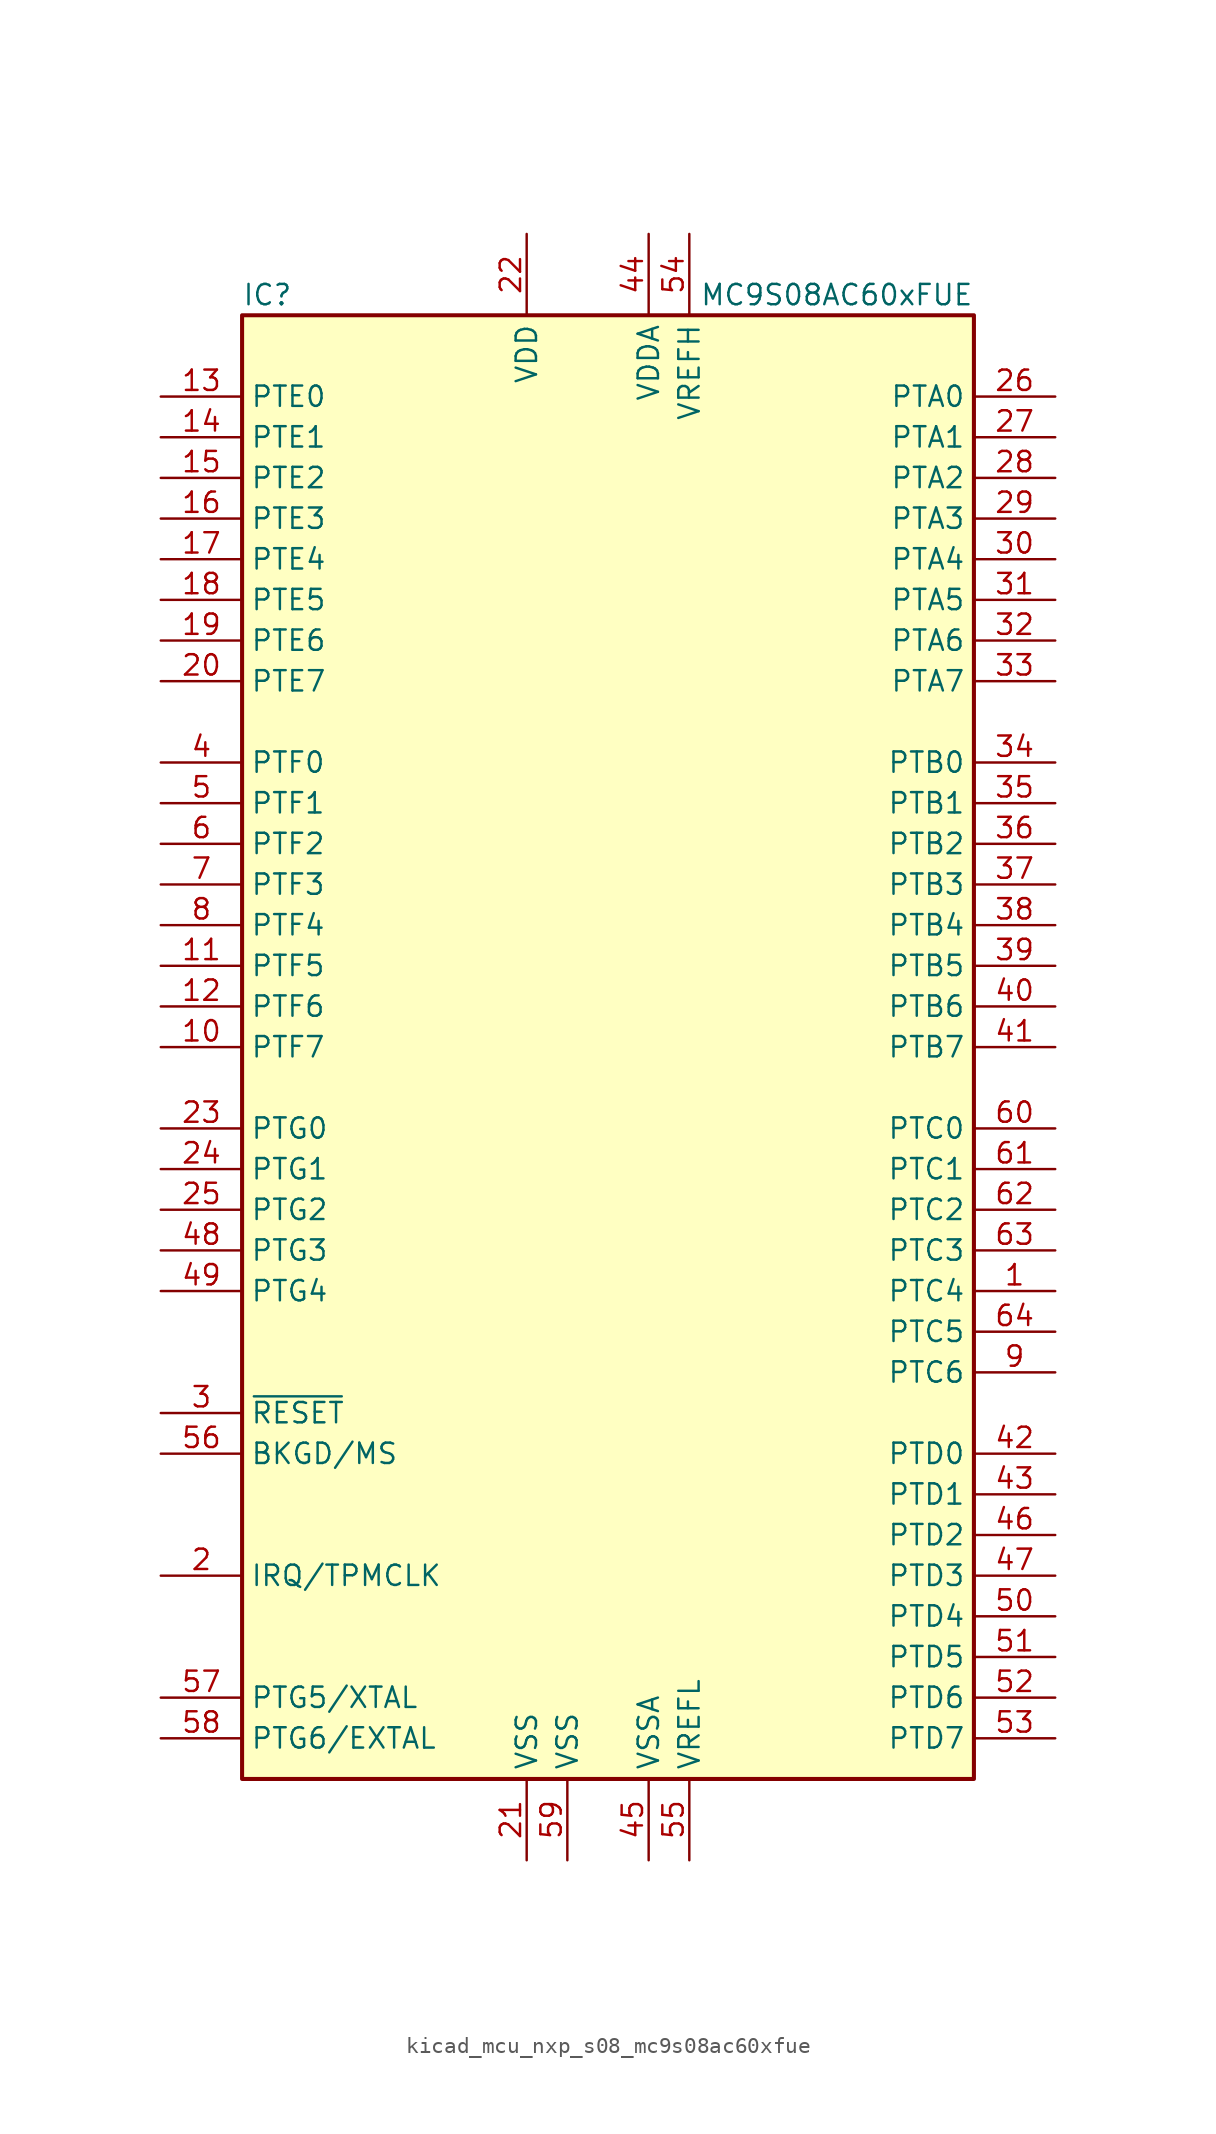
<source format=kicad_sym>
(kicad_symbol_lib
  (version 20220914)
  (generator kicad_symbol_editor)
  (symbol "kicad_mcu_nxp_s08_mc9s08ac60xfue"
    (property "Reference" "IC"
      (at -22.86 46.99 0)
      (effects (font (size 1.27 1.27)) (justify left)))
    (property "Value" "MC9S08AC60xFUE"
      (at 22.86 46.99 0)
      (effects (font (size 1.27 1.27)) (justify right)))
    (symbol "kicad_mcu_nxp_s08_mc9s08ac60xfue_0_1"
      (rectangle (start -22.86 45.72) (end 22.86 -45.72) (stroke (width 0.254) (type default)) (fill (type background))))
    (symbol "kicad_mcu_nxp_s08_mc9s08ac60xfue_1_1"
      (pin bidirectional line (at 27.94 -15.24 180) (length 5.08) (name "PTC4" (effects (font (size 1.27 1.27)))) (number "1" (effects (font (size 1.27 1.27)))))
      (pin bidirectional line (at -27.94 0 0) (length 5.08) (name "PTF7" (effects (font (size 1.27 1.27)))) (number "10" (effects (font (size 1.27 1.27)))))
      (pin bidirectional line (at -27.94 5.08 0) (length 5.08) (name "PTF5" (effects (font (size 1.27 1.27)))) (number "11" (effects (font (size 1.27 1.27)))))
      (pin bidirectional line (at -27.94 2.54 0) (length 5.08) (name "PTF6" (effects (font (size 1.27 1.27)))) (number "12" (effects (font (size 1.27 1.27)))))
      (pin bidirectional line (at -27.94 40.64 0) (length 5.08) (name "PTE0" (effects (font (size 1.27 1.27)))) (number "13" (effects (font (size 1.27 1.27)))))
      (pin bidirectional line (at -27.94 38.1 0) (length 5.08) (name "PTE1" (effects (font (size 1.27 1.27)))) (number "14" (effects (font (size 1.27 1.27)))))
      (pin bidirectional line (at -27.94 35.56 0) (length 5.08) (name "PTE2" (effects (font (size 1.27 1.27)))) (number "15" (effects (font (size 1.27 1.27)))))
      (pin bidirectional line (at -27.94 33.02 0) (length 5.08) (name "PTE3" (effects (font (size 1.27 1.27)))) (number "16" (effects (font (size 1.27 1.27)))))
      (pin bidirectional line (at -27.94 30.48 0) (length 5.08) (name "PTE4" (effects (font (size 1.27 1.27)))) (number "17" (effects (font (size 1.27 1.27)))))
      (pin bidirectional line (at -27.94 27.94 0) (length 5.08) (name "PTE5" (effects (font (size 1.27 1.27)))) (number "18" (effects (font (size 1.27 1.27)))))
      (pin bidirectional line (at -27.94 25.4 0) (length 5.08) (name "PTE6" (effects (font (size 1.27 1.27)))) (number "19" (effects (font (size 1.27 1.27)))))
      (pin input line (at -27.94 -33.02 0) (length 5.08) (name "IRQ/TPMCLK" (effects (font (size 1.27 1.27)))) (number "2" (effects (font (size 1.27 1.27)))))
      (pin bidirectional line (at -27.94 22.86 0) (length 5.08) (name "PTE7" (effects (font (size 1.27 1.27)))) (number "20" (effects (font (size 1.27 1.27)))))
      (pin power_in line (at -5.08 -50.8 90) (length 5.08) (name "VSS" (effects (font (size 1.27 1.27)))) (number "21" (effects (font (size 1.27 1.27)))))
      (pin power_in line (at -5.08 50.8 270) (length 5.08) (name "VDD" (effects (font (size 1.27 1.27)))) (number "22" (effects (font (size 1.27 1.27)))))
      (pin bidirectional line (at -27.94 -5.08 0) (length 5.08) (name "PTG0" (effects (font (size 1.27 1.27)))) (number "23" (effects (font (size 1.27 1.27)))))
      (pin bidirectional line (at -27.94 -7.62 0) (length 5.08) (name "PTG1" (effects (font (size 1.27 1.27)))) (number "24" (effects (font (size 1.27 1.27)))))
      (pin bidirectional line (at -27.94 -10.16 0) (length 5.08) (name "PTG2" (effects (font (size 1.27 1.27)))) (number "25" (effects (font (size 1.27 1.27)))))
      (pin bidirectional line (at 27.94 40.64 180) (length 5.08) (name "PTA0" (effects (font (size 1.27 1.27)))) (number "26" (effects (font (size 1.27 1.27)))))
      (pin bidirectional line (at 27.94 38.1 180) (length 5.08) (name "PTA1" (effects (font (size 1.27 1.27)))) (number "27" (effects (font (size 1.27 1.27)))))
      (pin bidirectional line (at 27.94 35.56 180) (length 5.08) (name "PTA2" (effects (font (size 1.27 1.27)))) (number "28" (effects (font (size 1.27 1.27)))))
      (pin bidirectional line (at 27.94 33.02 180) (length 5.08) (name "PTA3" (effects (font (size 1.27 1.27)))) (number "29" (effects (font (size 1.27 1.27)))))
      (pin input line (at -27.94 -22.86 0) (length 5.08) (name "~{RESET}" (effects (font (size 1.27 1.27)))) (number "3" (effects (font (size 1.27 1.27)))))
      (pin bidirectional line (at 27.94 30.48 180) (length 5.08) (name "PTA4" (effects (font (size 1.27 1.27)))) (number "30" (effects (font (size 1.27 1.27)))))
      (pin bidirectional line (at 27.94 27.94 180) (length 5.08) (name "PTA5" (effects (font (size 1.27 1.27)))) (number "31" (effects (font (size 1.27 1.27)))))
      (pin bidirectional line (at 27.94 25.4 180) (length 5.08) (name "PTA6" (effects (font (size 1.27 1.27)))) (number "32" (effects (font (size 1.27 1.27)))))
      (pin bidirectional line (at 27.94 22.86 180) (length 5.08) (name "PTA7" (effects (font (size 1.27 1.27)))) (number "33" (effects (font (size 1.27 1.27)))))
      (pin bidirectional line (at 27.94 17.78 180) (length 5.08) (name "PTB0" (effects (font (size 1.27 1.27)))) (number "34" (effects (font (size 1.27 1.27)))))
      (pin bidirectional line (at 27.94 15.24 180) (length 5.08) (name "PTB1" (effects (font (size 1.27 1.27)))) (number "35" (effects (font (size 1.27 1.27)))))
      (pin bidirectional line (at 27.94 12.7 180) (length 5.08) (name "PTB2" (effects (font (size 1.27 1.27)))) (number "36" (effects (font (size 1.27 1.27)))))
      (pin bidirectional line (at 27.94 10.16 180) (length 5.08) (name "PTB3" (effects (font (size 1.27 1.27)))) (number "37" (effects (font (size 1.27 1.27)))))
      (pin bidirectional line (at 27.94 7.62 180) (length 5.08) (name "PTB4" (effects (font (size 1.27 1.27)))) (number "38" (effects (font (size 1.27 1.27)))))
      (pin bidirectional line (at 27.94 5.08 180) (length 5.08) (name "PTB5" (effects (font (size 1.27 1.27)))) (number "39" (effects (font (size 1.27 1.27)))))
      (pin bidirectional line (at -27.94 17.78 0) (length 5.08) (name "PTF0" (effects (font (size 1.27 1.27)))) (number "4" (effects (font (size 1.27 1.27)))))
      (pin bidirectional line (at 27.94 2.54 180) (length 5.08) (name "PTB6" (effects (font (size 1.27 1.27)))) (number "40" (effects (font (size 1.27 1.27)))))
      (pin bidirectional line (at 27.94 0 180) (length 5.08) (name "PTB7" (effects (font (size 1.27 1.27)))) (number "41" (effects (font (size 1.27 1.27)))))
      (pin bidirectional line (at 27.94 -25.4 180) (length 5.08) (name "PTD0" (effects (font (size 1.27 1.27)))) (number "42" (effects (font (size 1.27 1.27)))))
      (pin bidirectional line (at 27.94 -27.94 180) (length 5.08) (name "PTD1" (effects (font (size 1.27 1.27)))) (number "43" (effects (font (size 1.27 1.27)))))
      (pin power_in line (at 2.54 50.8 270) (length 5.08) (name "VDDA" (effects (font (size 1.27 1.27)))) (number "44" (effects (font (size 1.27 1.27)))))
      (pin power_in line (at 2.54 -50.8 90) (length 5.08) (name "VSSA" (effects (font (size 1.27 1.27)))) (number "45" (effects (font (size 1.27 1.27)))))
      (pin bidirectional line (at 27.94 -30.48 180) (length 5.08) (name "PTD2" (effects (font (size 1.27 1.27)))) (number "46" (effects (font (size 1.27 1.27)))))
      (pin bidirectional line (at 27.94 -33.02 180) (length 5.08) (name "PTD3" (effects (font (size 1.27 1.27)))) (number "47" (effects (font (size 1.27 1.27)))))
      (pin bidirectional line (at -27.94 -12.7 0) (length 5.08) (name "PTG3" (effects (font (size 1.27 1.27)))) (number "48" (effects (font (size 1.27 1.27)))))
      (pin bidirectional line (at -27.94 -15.24 0) (length 5.08) (name "PTG4" (effects (font (size 1.27 1.27)))) (number "49" (effects (font (size 1.27 1.27)))))
      (pin bidirectional line (at -27.94 15.24 0) (length 5.08) (name "PTF1" (effects (font (size 1.27 1.27)))) (number "5" (effects (font (size 1.27 1.27)))))
      (pin bidirectional line (at 27.94 -35.56 180) (length 5.08) (name "PTD4" (effects (font (size 1.27 1.27)))) (number "50" (effects (font (size 1.27 1.27)))))
      (pin bidirectional line (at 27.94 -38.1 180) (length 5.08) (name "PTD5" (effects (font (size 1.27 1.27)))) (number "51" (effects (font (size 1.27 1.27)))))
      (pin bidirectional line (at 27.94 -40.64 180) (length 5.08) (name "PTD6" (effects (font (size 1.27 1.27)))) (number "52" (effects (font (size 1.27 1.27)))))
      (pin bidirectional line (at 27.94 -43.18 180) (length 5.08) (name "PTD7" (effects (font (size 1.27 1.27)))) (number "53" (effects (font (size 1.27 1.27)))))
      (pin power_in line (at 5.08 50.8 270) (length 5.08) (name "VREFH" (effects (font (size 1.27 1.27)))) (number "54" (effects (font (size 1.27 1.27)))))
      (pin power_in line (at 5.08 -50.8 90) (length 5.08) (name "VREFL" (effects (font (size 1.27 1.27)))) (number "55" (effects (font (size 1.27 1.27)))))
      (pin bidirectional line (at -27.94 -25.4 0) (length 5.08) (name "BKGD/MS" (effects (font (size 1.27 1.27)))) (number "56" (effects (font (size 1.27 1.27)))))
      (pin bidirectional line (at -27.94 -40.64 0) (length 5.08) (name "PTG5/XTAL" (effects (font (size 1.27 1.27)))) (number "57" (effects (font (size 1.27 1.27)))))
      (pin bidirectional line (at -27.94 -43.18 0) (length 5.08) (name "PTG6/EXTAL" (effects (font (size 1.27 1.27)))) (number "58" (effects (font (size 1.27 1.27)))))
      (pin power_in line (at -2.54 -50.8 90) (length 5.08) (name "VSS" (effects (font (size 1.27 1.27)))) (number "59" (effects (font (size 1.27 1.27)))))
      (pin bidirectional line (at -27.94 12.7 0) (length 5.08) (name "PTF2" (effects (font (size 1.27 1.27)))) (number "6" (effects (font (size 1.27 1.27)))))
      (pin bidirectional line (at 27.94 -5.08 180) (length 5.08) (name "PTC0" (effects (font (size 1.27 1.27)))) (number "60" (effects (font (size 1.27 1.27)))))
      (pin bidirectional line (at 27.94 -7.62 180) (length 5.08) (name "PTC1" (effects (font (size 1.27 1.27)))) (number "61" (effects (font (size 1.27 1.27)))))
      (pin bidirectional line (at 27.94 -10.16 180) (length 5.08) (name "PTC2" (effects (font (size 1.27 1.27)))) (number "62" (effects (font (size 1.27 1.27)))))
      (pin bidirectional line (at 27.94 -12.7 180) (length 5.08) (name "PTC3" (effects (font (size 1.27 1.27)))) (number "63" (effects (font (size 1.27 1.27)))))
      (pin bidirectional line (at 27.94 -17.78 180) (length 5.08) (name "PTC5" (effects (font (size 1.27 1.27)))) (number "64" (effects (font (size 1.27 1.27)))))
      (pin bidirectional line (at -27.94 10.16 0) (length 5.08) (name "PTF3" (effects (font (size 1.27 1.27)))) (number "7" (effects (font (size 1.27 1.27)))))
      (pin bidirectional line (at -27.94 7.62 0) (length 5.08) (name "PTF4" (effects (font (size 1.27 1.27)))) (number "8" (effects (font (size 1.27 1.27)))))
      (pin bidirectional line (at 27.94 -20.32 180) (length 5.08) (name "PTC6" (effects (font (size 1.27 1.27)))) (number "9" (effects (font (size 1.27 1.27))))))))
</source>
